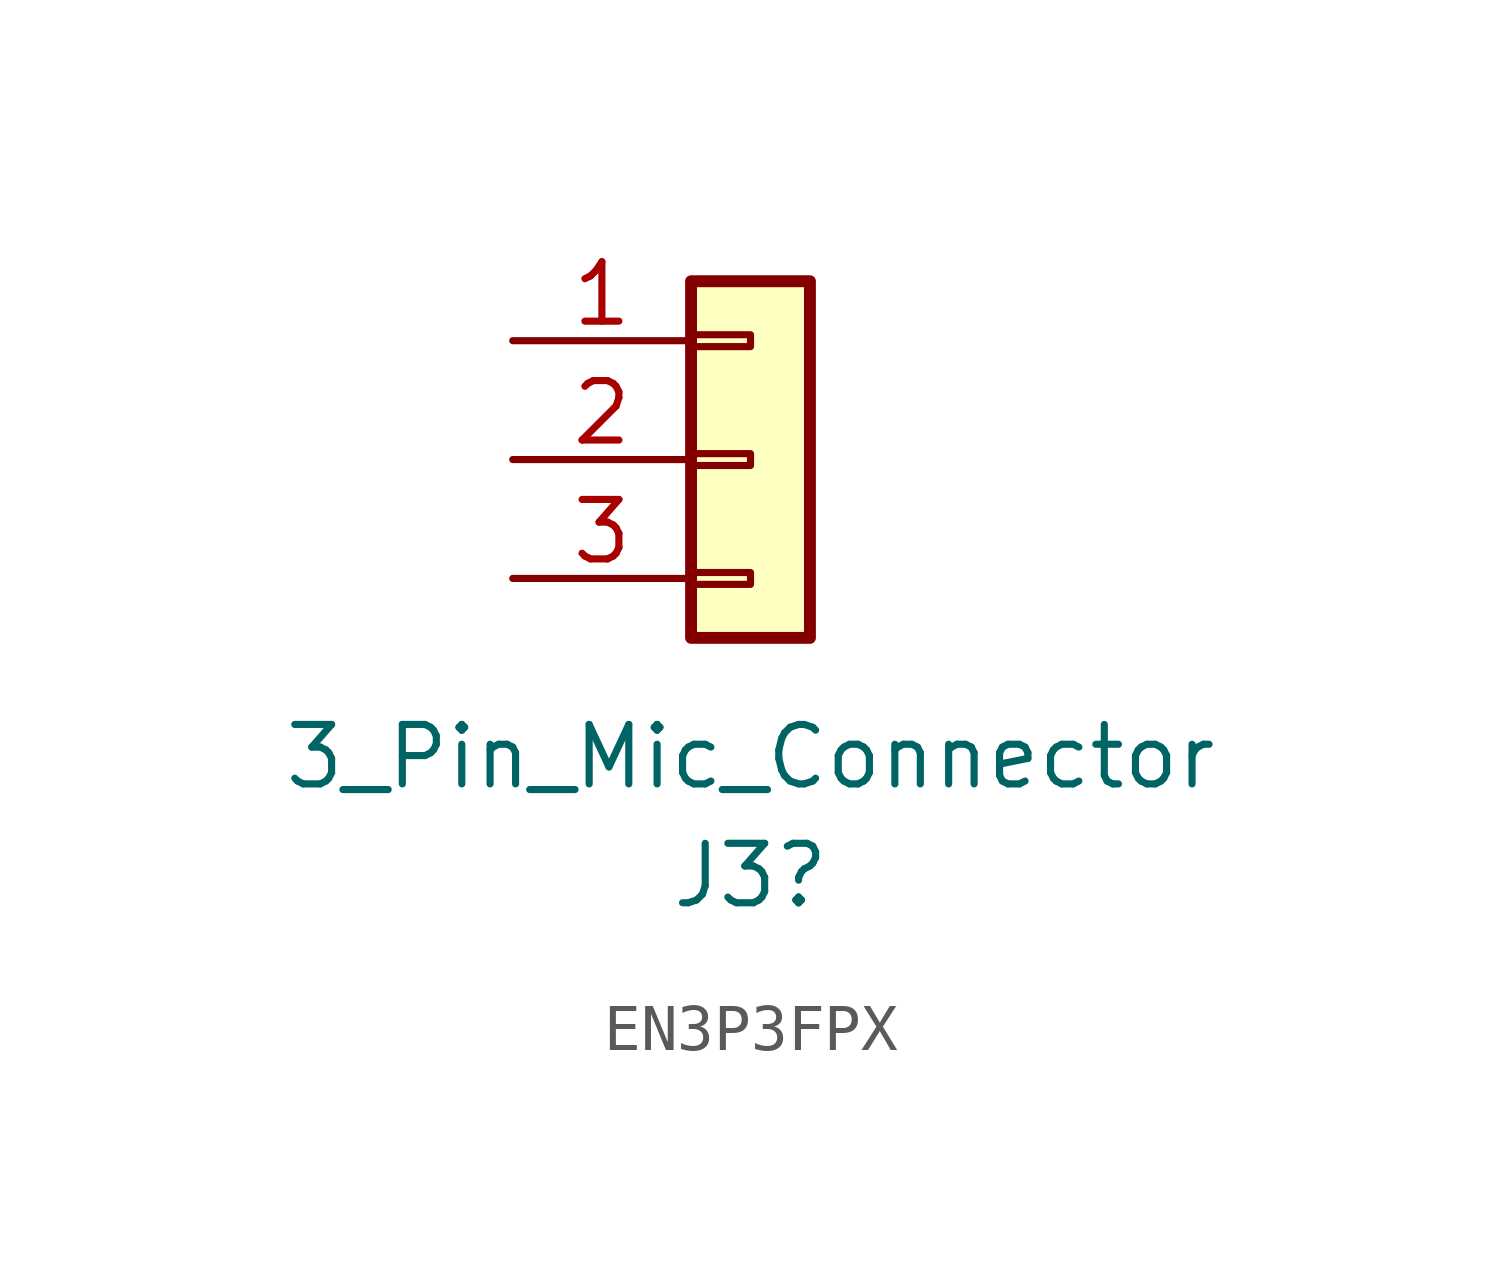
<source format=kicad_sym>
(kicad_symbol_lib
  (version 20220914)
  (generator kicad_symbol_editor)
  (symbol "EN3P3FPX"
    (pin_names
      (offset 1.016) hide)
    (property "Reference" "J3"
      (at 0 -8.89 0)
      (effects (font (size 1.27 1.27))))
    (property "Value" "3_Pin_Mic_Connector"
      (at 0 -6.35 0)
      (effects (font (size 1.27 1.27))))
    (symbol "EN3P3FPX_1_1"
      (rectangle (start -1.27 -2.413) (end 0 -2.667) (stroke (width 0.152) (type default)) (fill (type none)))
      (rectangle (start -1.27 0.127) (end 0 -0.127) (stroke (width 0.152) (type default)) (fill (type none)))
      (rectangle (start -1.27 2.667) (end 0 2.413) (stroke (width 0.152) (type default)) (fill (type none)))
      (rectangle (start -1.27 3.81) (end 1.27 -3.81) (stroke (width 0.254) (type default)) (fill (type background)))
      (pin passive line (at -5.08 2.54 0) (length 3.81) (name "Pin_1" (effects (font (size 1.27 1.27)))) (number "1" (effects (font (size 1.27 1.27)))))
      (pin passive line (at -5.08 0 0) (length 3.81) (name "Pin_2" (effects (font (size 1.27 1.27)))) (number "2" (effects (font (size 1.27 1.27)))))
      (pin passive line (at -5.08 -2.54 0) (length 3.81) (name "Pin_3" (effects (font (size 1.27 1.27)))) (number "3" (effects (font (size 1.27 1.27))))))))
</source>
